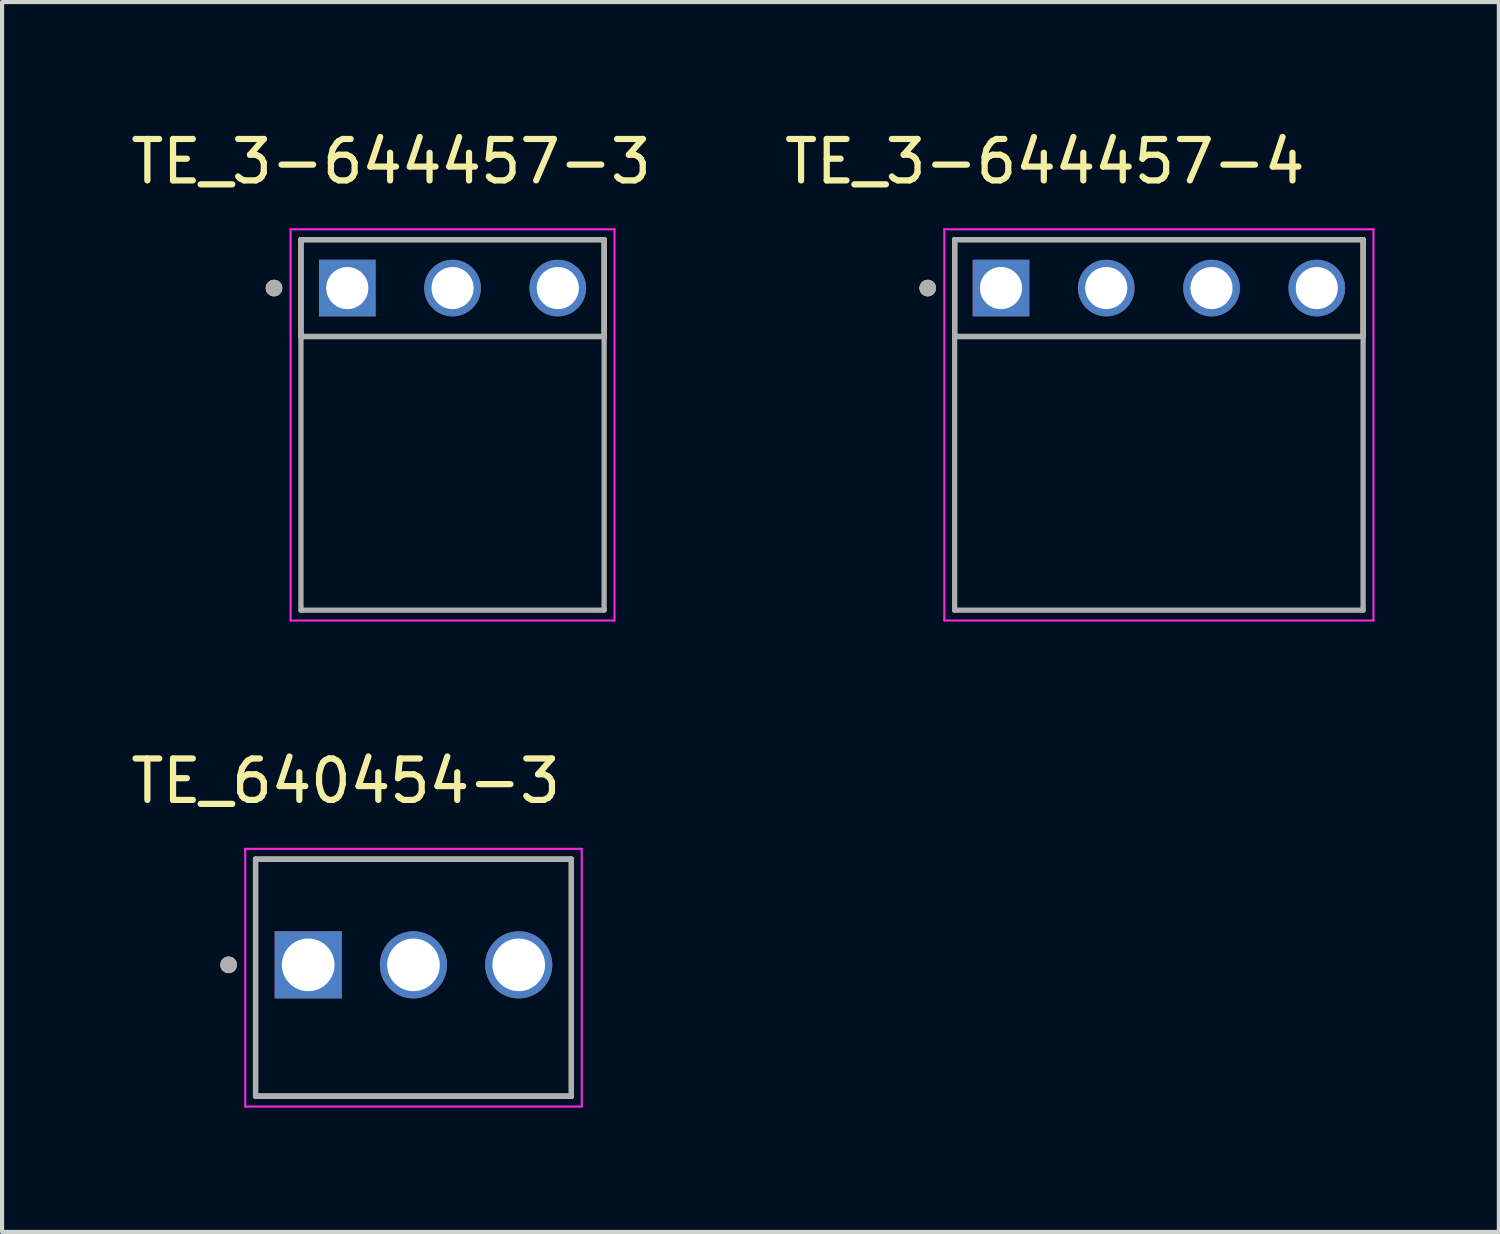
<source format=kicad_pcb>
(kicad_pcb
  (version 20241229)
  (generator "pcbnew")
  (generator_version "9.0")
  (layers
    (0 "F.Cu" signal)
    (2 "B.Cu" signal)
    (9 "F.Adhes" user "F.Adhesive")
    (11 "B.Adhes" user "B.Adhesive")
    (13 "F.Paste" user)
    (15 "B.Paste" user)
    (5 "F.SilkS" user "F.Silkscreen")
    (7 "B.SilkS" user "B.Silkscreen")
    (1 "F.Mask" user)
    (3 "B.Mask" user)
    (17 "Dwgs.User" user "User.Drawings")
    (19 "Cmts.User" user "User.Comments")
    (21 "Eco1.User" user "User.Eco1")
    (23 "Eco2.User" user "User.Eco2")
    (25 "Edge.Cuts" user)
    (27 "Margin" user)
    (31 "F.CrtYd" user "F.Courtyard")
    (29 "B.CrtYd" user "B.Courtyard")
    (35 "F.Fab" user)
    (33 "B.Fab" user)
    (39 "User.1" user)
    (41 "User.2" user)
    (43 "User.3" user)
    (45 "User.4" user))
  (footprint "TE_640454-3"
    (layer "F.Cu")
    (at 4.387 20.232)
    (property "Reference" "TE_640454-3" (at 0.905 -4.435 0) (layer "F.SilkS") (effects (font (size 1 1) (thickness 0.15))))
    (attr through_hole)
    (fp_line (start -1.27 3.17) (end -1.27 -2.55) (stroke (width 0.127) (type solid)) (layer "F.SilkS"))
    (fp_line (start 6.35 -2.55) (end -1.27 -2.55) (stroke (width 0.127) (type solid)) (layer "F.SilkS"))
    (fp_line (start 6.35 -2.55) (end 6.35 3.17) (stroke (width 0.127) (type solid)) (layer "F.SilkS"))
    (fp_line (start 6.35 3.17) (end -1.27 3.17) (stroke (width 0.127) (type solid)) (layer "F.SilkS"))
    (fp_circle (center -1.92 0) (end -1.82 0) (stroke (width 0.2) (type solid)) (fill no) (layer "F.SilkS"))
    (fp_line (start -1.52 -2.8) (end 6.6 -2.8) (stroke (width 0.05) (type solid)) (layer "F.CrtYd"))
    (fp_line (start -1.52 3.42) (end -1.52 -2.8) (stroke (width 0.05) (type solid)) (layer "F.CrtYd"))
    (fp_line (start 6.6 -2.8) (end 6.6 3.42) (stroke (width 0.05) (type solid)) (layer "F.CrtYd"))
    (fp_line (start 6.6 3.42) (end -1.52 3.42) (stroke (width 0.05) (type solid)) (layer "F.CrtYd"))
    (fp_line (start -1.27 -2.55) (end 6.35 -2.55) (stroke (width 0.127) (type solid)) (layer "F.Fab"))
    (fp_line (start -1.27 3.17) (end -1.27 -2.55) (stroke (width 0.127) (type solid)) (layer "F.Fab"))
    (fp_line (start -1.27 3.17) (end -1.27 3.17) (stroke (width 0.127) (type solid)) (layer "F.Fab"))
    (fp_line (start -1.27 3.17) (end 6.35 3.17) (stroke (width 0.127) (type solid)) (layer "F.Fab"))
    (fp_line (start 6.35 -2.55) (end 6.35 3.17) (stroke (width 0.127) (type solid)) (layer "F.Fab"))
    (fp_line (start 6.35 3.17) (end -1.27 3.17) (stroke (width 0.127) (type solid)) (layer "F.Fab"))
    (fp_line (start 6.35 3.17) (end 6.35 3.17) (stroke (width 0.127) (type solid)) (layer "F.Fab"))
    (fp_circle (center -1.92 0) (end -1.82 0) (stroke (width 0.2) (type solid)) (fill no) (layer "F.Fab"))
    (pad "1" thru_hole rect (at 0 0) (size 1.62 1.62) (drill 1.27) (layers "*.Cu" "*.Mask"))
    (pad "2" thru_hole circle (at 2.54 0) (size 1.62 1.62) (drill 1.27) (layers "*.Cu" "*.Mask"))
    (pad "3" thru_hole circle (at 5.08 0) (size 1.62 1.62) (drill 1.27) (layers "*.Cu" "*.Mask")))
  (footprint "TE_3-644457-3"
    (layer "F.Cu")
    (at 5.33 3.901)
    (property "Reference" "TE_3-644457-3" (at 1.057 -3.053 0) (layer "F.SilkS") (effects (font (size 1 1) (thickness 0.15))))
    (attr through_hole)
    (fp_line (start -1.118 1.168) (end -1.118 -1.168) (stroke (width 0.127) (type solid)) (layer "F.SilkS"))
    (fp_line (start 6.198 -1.168) (end -1.118 -1.168) (stroke (width 0.127) (type solid)) (layer "F.SilkS"))
    (fp_line (start 6.198 -1.168) (end 6.198 1.168) (stroke (width 0.127) (type solid)) (layer "F.SilkS"))
    (fp_line (start 6.198 1.168) (end -1.118 1.168) (stroke (width 0.127) (type solid)) (layer "F.SilkS"))
    (fp_circle (center -1.768 0) (end -1.668 0) (stroke (width 0.2) (type solid)) (fill no) (layer "F.SilkS"))
    (fp_line (start -1.368 -1.418) (end 6.448 -1.418) (stroke (width 0.05) (type solid)) (layer "F.CrtYd"))
    (fp_line (start -1.368 8.022) (end -1.368 -1.418) (stroke (width 0.05) (type solid)) (layer "F.CrtYd"))
    (fp_line (start 6.448 -1.418) (end 6.448 8.022) (stroke (width 0.05) (type solid)) (layer "F.CrtYd"))
    (fp_line (start 6.448 8.022) (end -1.368 8.022) (stroke (width 0.05) (type solid)) (layer "F.CrtYd"))
    (fp_line (start -1.118 -1.168) (end 6.198 -1.168) (stroke (width 0.127) (type solid)) (layer "F.Fab"))
    (fp_line (start -1.118 1.168) (end -1.118 -1.168) (stroke (width 0.127) (type solid)) (layer "F.Fab"))
    (fp_line (start -1.118 1.168) (end -1.118 7.772) (stroke (width 0.127) (type solid)) (layer "F.Fab"))
    (fp_line (start -1.118 7.772) (end 6.198 7.772) (stroke (width 0.127) (type solid)) (layer "F.Fab"))
    (fp_line (start 6.198 -1.168) (end 6.198 1.168) (stroke (width 0.127) (type solid)) (layer "F.Fab"))
    (fp_line (start 6.198 1.168) (end -1.118 1.168) (stroke (width 0.127) (type solid)) (layer "F.Fab"))
    (fp_line (start 6.198 7.772) (end 6.198 1.168) (stroke (width 0.127) (type solid)) (layer "F.Fab"))
    (fp_circle (center -1.768 0) (end -1.668 0) (stroke (width 0.2) (type solid)) (fill no) (layer "F.Fab"))
    (pad "1" thru_hole rect (at 0 0) (size 1.366 1.366) (drill 1.016) (layers "*.Cu" "*.Mask"))
    (pad "2" thru_hole circle (at 2.54 0) (size 1.366 1.366) (drill 1.016) (layers "*.Cu" "*.Mask"))
    (pad "3" thru_hole circle (at 5.08 0) (size 1.366 1.366) (drill 1.016) (layers "*.Cu" "*.Mask")))
  (footprint "TE_3-644457-4"
    (layer "F.Cu")
    (at 21.104 3.901)
    (property "Reference" "TE_3-644457-4" (at 1.057 -3.053 0) (layer "F.SilkS") (effects (font (size 1 1) (thickness 0.15))))
    (attr through_hole)
    (fp_line (start -1.118 1.168) (end -1.118 -1.168) (stroke (width 0.127) (type solid)) (layer "F.SilkS"))
    (fp_line (start 8.738 -1.168) (end -1.118 -1.168) (stroke (width 0.127) (type solid)) (layer "F.SilkS"))
    (fp_line (start 8.738 -1.168) (end 8.738 1.168) (stroke (width 0.127) (type solid)) (layer "F.SilkS"))
    (fp_line (start 8.738 1.168) (end -1.118 1.168) (stroke (width 0.127) (type solid)) (layer "F.SilkS"))
    (fp_circle (center -1.768 0) (end -1.668 0) (stroke (width 0.2) (type solid)) (fill no) (layer "F.SilkS"))
    (fp_line (start -1.368 -1.418) (end 8.988 -1.418) (stroke (width 0.05) (type solid)) (layer "F.CrtYd"))
    (fp_line (start -1.368 8.022) (end -1.368 -1.418) (stroke (width 0.05) (type solid)) (layer "F.CrtYd"))
    (fp_line (start 8.988 -1.418) (end 8.988 8.022) (stroke (width 0.05) (type solid)) (layer "F.CrtYd"))
    (fp_line (start 8.988 8.022) (end -1.368 8.022) (stroke (width 0.05) (type solid)) (layer "F.CrtYd"))
    (fp_line (start -1.118 -1.168) (end 8.738 -1.168) (stroke (width 0.127) (type solid)) (layer "F.Fab"))
    (fp_line (start -1.118 1.168) (end -1.118 -1.168) (stroke (width 0.127) (type solid)) (layer "F.Fab"))
    (fp_line (start -1.118 1.168) (end -1.118 7.772) (stroke (width 0.127) (type solid)) (layer "F.Fab"))
    (fp_line (start -1.118 7.772) (end 8.738 7.772) (stroke (width 0.127) (type solid)) (layer "F.Fab"))
    (fp_line (start 8.738 -1.168) (end 8.738 1.168) (stroke (width 0.127) (type solid)) (layer "F.Fab"))
    (fp_line (start 8.738 1.168) (end -1.118 1.168) (stroke (width 0.127) (type solid)) (layer "F.Fab"))
    (fp_line (start 8.738 7.772) (end 8.738 1.168) (stroke (width 0.127) (type solid)) (layer "F.Fab"))
    (fp_circle (center -1.768 0) (end -1.668 0) (stroke (width 0.2) (type solid)) (fill no) (layer "F.Fab"))
    (pad "1" thru_hole rect (at 0 0) (size 1.366 1.366) (drill 1.016) (layers "*.Cu" "*.Mask"))
    (pad "2" thru_hole circle (at 2.54 0) (size 1.366 1.366) (drill 1.016) (layers "*.Cu" "*.Mask"))
    (pad "3" thru_hole circle (at 5.08 0) (size 1.366 1.366) (drill 1.016) (layers "*.Cu" "*.Mask"))
    (pad "4" thru_hole circle (at 7.62 0) (size 1.366 1.366) (drill 1.016) (layers "*.Cu" "*.Mask")))
  (gr_rect
    (start -3 -3)
    (end 33.117 26.677)
    (stroke (width 0.1) (type default))
    (fill no)
    (layer "Edge.Cuts")))
</source>
